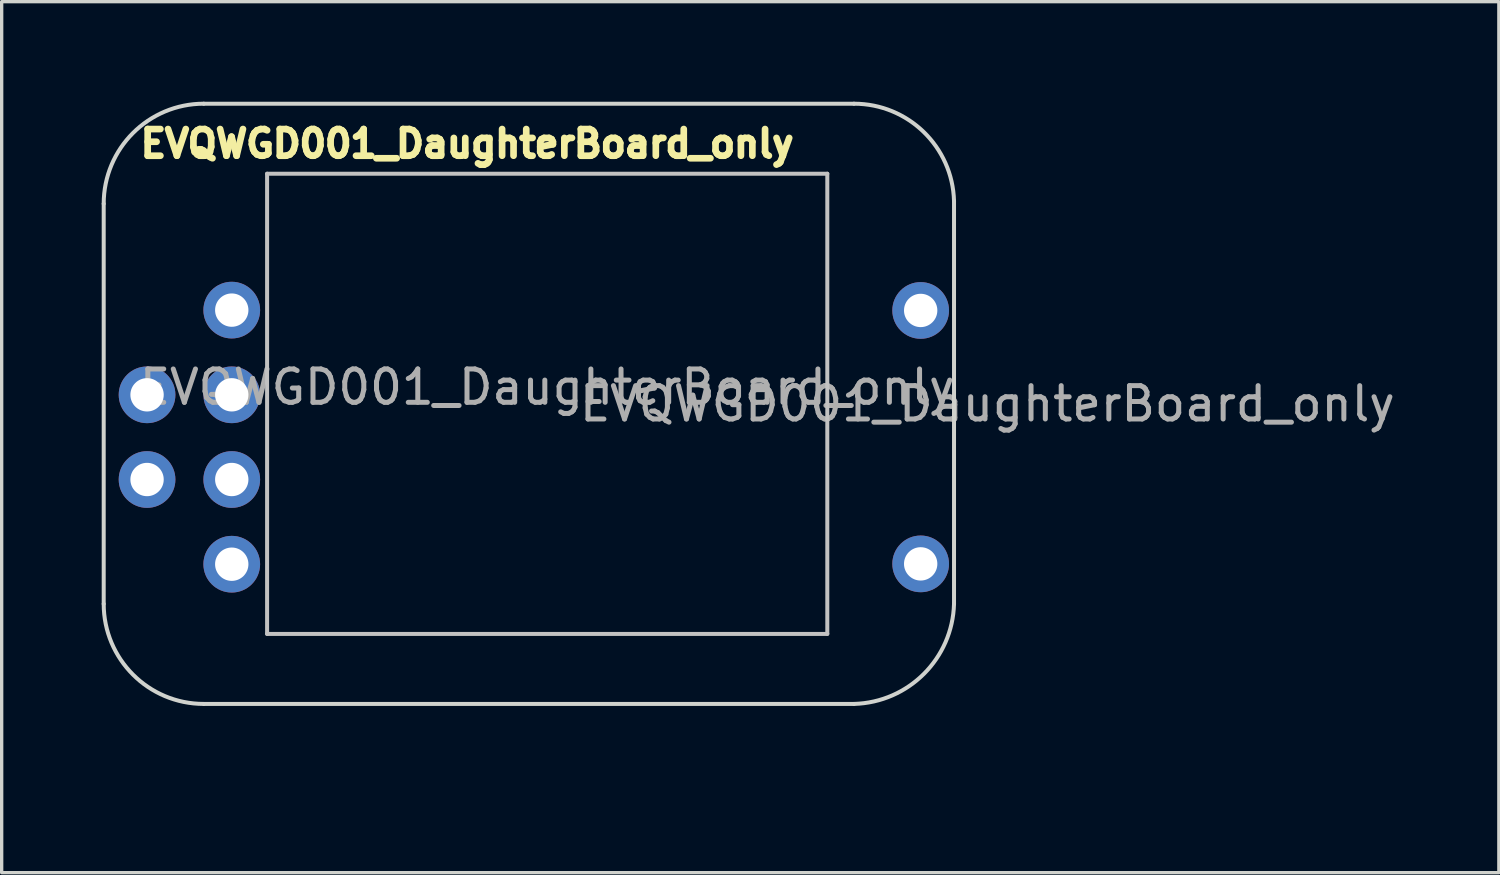
<source format=kicad_pcb>
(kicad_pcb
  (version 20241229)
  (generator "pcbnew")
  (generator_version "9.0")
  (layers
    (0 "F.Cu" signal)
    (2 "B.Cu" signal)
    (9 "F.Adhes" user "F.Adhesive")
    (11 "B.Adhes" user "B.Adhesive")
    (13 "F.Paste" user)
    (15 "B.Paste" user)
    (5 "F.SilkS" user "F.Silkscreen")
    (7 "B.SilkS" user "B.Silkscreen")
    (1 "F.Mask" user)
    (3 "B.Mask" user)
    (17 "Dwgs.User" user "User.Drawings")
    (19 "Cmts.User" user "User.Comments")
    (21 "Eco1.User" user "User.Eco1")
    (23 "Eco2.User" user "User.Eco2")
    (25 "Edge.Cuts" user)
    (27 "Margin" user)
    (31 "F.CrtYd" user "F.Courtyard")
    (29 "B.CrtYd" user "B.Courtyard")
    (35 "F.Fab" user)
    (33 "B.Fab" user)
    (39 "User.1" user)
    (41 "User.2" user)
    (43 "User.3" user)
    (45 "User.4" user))
  (footprint "EVQWGD001_DaughterBoard_only"
    (layer "F.Cu")
    (at 14.06 9.06)
    (property "Reference" "EVQWGD001_DaughterBoard_only" (at -0.7 -0.5 0) (layer "F.Fab") (effects (font (size 1 1) (thickness 0.15))))
    (attr through_hole)
    (fp_line (start -9.1 -6.9) (end 7.7 -6.9) (stroke (width 0.12) (type solid)) (layer "Dwgs.User"))
    (fp_line (start -9.1 6.9) (end -9.1 -6.9) (stroke (width 0.12) (type solid)) (layer "Dwgs.User"))
    (fp_line (start 7.7 -6.9) (end 7.7 6.9) (stroke (width 0.12) (type solid)) (layer "Dwgs.User"))
    (fp_line (start 7.7 6.9) (end -9.1 6.9) (stroke (width 0.12) (type solid)) (layer "Dwgs.User"))
    (fp_line (start -14 8) (end -14 6) (stroke (width 0.12) (type solid)) (layer "Eco1.User"))
    (fp_line (start 8.5 11) (end -11 11) (stroke (width 0.12) (type solid)) (layer "Eco1.User"))
    (fp_line (start 11.5 8) (end 11.5 6) (stroke (width 0.12) (type solid)) (layer "Eco1.User"))
    (fp_arc (start -11 11) (mid -13.12132 10.12132) (end -14 8) (stroke (width 0.12) (type solid)) (layer "Eco1.User"))
    (fp_arc (start 11.5 8) (mid 10.62132 10.12132) (end 8.5 11) (stroke (width 0.12) (type solid)) (layer "Eco1.User"))
    (fp_line (start -14 6) (end -14 -6) (stroke (width 0.12) (type solid)) (layer "Edge.Cuts"))
    (fp_line (start 8.5 9) (end -11 9) (stroke (width 0.12) (type solid)) (layer "Edge.Cuts"))
    (fp_line (start 8.5 -9) (end -11 -9) (stroke (width 0.12) (type solid)) (layer "Edge.Cuts"))
    (fp_line (start 11.5 -6.08) (end 11.5 6) (stroke (width 0.12) (type solid)) (layer "Edge.Cuts"))
    (fp_arc (start -14 -6) (mid -13.12132 -8.12132) (end -11 -9) (stroke (width 0.12) (type solid)) (layer "Edge.Cuts"))
    (fp_arc (start -11 9) (mid -13.12132 8.12132) (end -14 6) (stroke (width 0.12) (type solid)) (layer "Edge.Cuts"))
    (fp_arc (start 8.50001 -9.000008) (mid 10.59359 -8.149854) (end 11.5 -6.080008) (stroke (width 0.12) (type solid)) (layer "Edge.Cuts"))
    (fp_arc (start 11.5 6) (mid 10.59768 8.097677) (end 8.5 8.999992) (stroke (width 0.12) (type solid)) (layer "Edge.Cuts"))
    (fp_text user "${REFERENCE}" (at -3.1 -7.8 0) (layer "F.SilkS") (effects (font (size 0.8 0.8) (thickness 0.2))))
    (fp_text user "${REFERENCE}" (at 12.5 0 0) (layer "F.Fab") (effects (font (size 1 1) (thickness 0.15))))
    (pad "" thru_hole circle (at 10.5 -2.8) (size 1.7 1.7) (drill 1) (layers "*.Cu" "*.Mask"))
    (pad "" thru_hole circle (at 10.5 4.8) (size 1.7 1.7) (drill 1) (layers "*.Cu" "*.Mask"))
    (pad "A" thru_hole circle (at -12.7 -0.27) (size 1.7 1.7) (drill 1) (layers "*.Cu" "*.Mask"))
    (pad "B" thru_hole circle (at -10.16 2.27) (size 1.7 1.7) (drill 1) (layers "*.Cu" "*.Mask"))
    (pad "C" thru_hole circle (at -12.7 2.27) (size 1.7 1.7) (drill 1) (layers "*.Cu" "*.Mask"))
    (pad "D" thru_hole circle (at -10.16 4.81) (size 1.7 1.7) (drill 1) (layers "*.Cu" "*.Mask"))
    (pad "S1" thru_hole circle (at -10.16 -0.27) (size 1.7 1.7) (drill 1) (layers "*.Cu" "*.Mask"))
    (pad "S2" thru_hole circle (at -10.16 -2.81) (size 1.7 1.7) (drill 1) (layers "*.Cu" "*.Mask")))
  (gr_rect
    (start -3 -3)
    (end 41.899 23.12)
    (stroke (width 0.1) (type default))
    (fill no)
    (layer "Edge.Cuts")))
</source>
